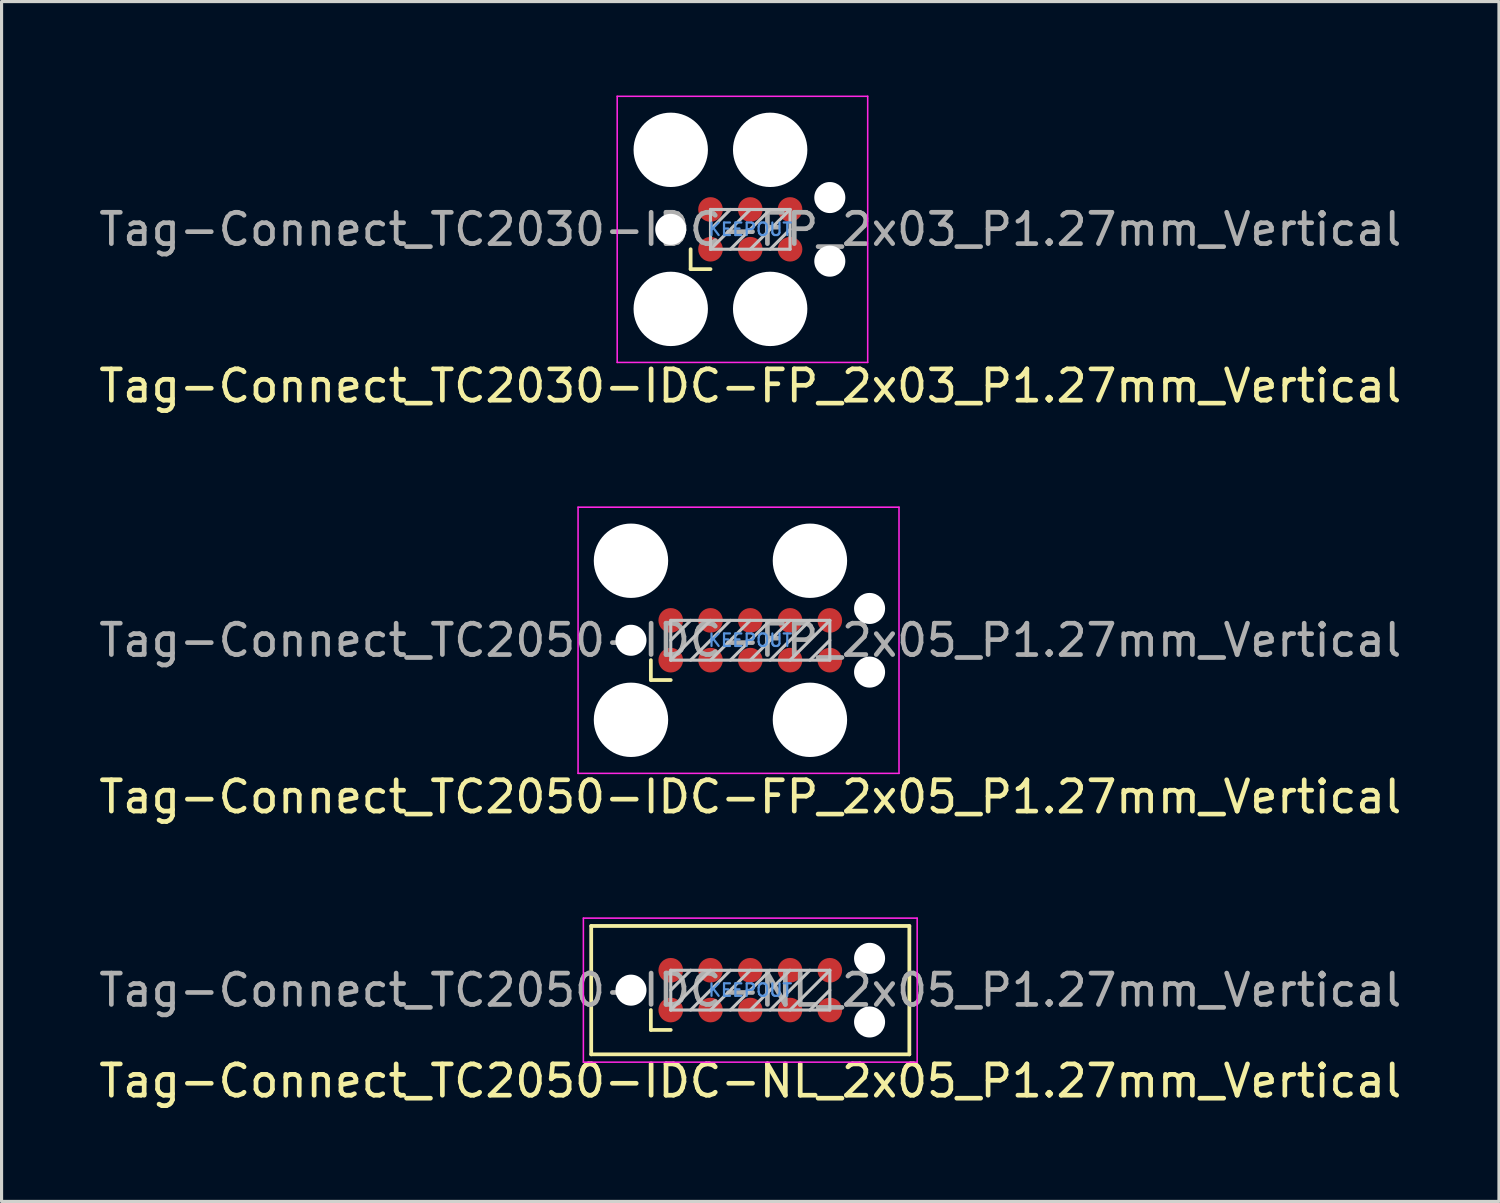
<source format=kicad_pcb>
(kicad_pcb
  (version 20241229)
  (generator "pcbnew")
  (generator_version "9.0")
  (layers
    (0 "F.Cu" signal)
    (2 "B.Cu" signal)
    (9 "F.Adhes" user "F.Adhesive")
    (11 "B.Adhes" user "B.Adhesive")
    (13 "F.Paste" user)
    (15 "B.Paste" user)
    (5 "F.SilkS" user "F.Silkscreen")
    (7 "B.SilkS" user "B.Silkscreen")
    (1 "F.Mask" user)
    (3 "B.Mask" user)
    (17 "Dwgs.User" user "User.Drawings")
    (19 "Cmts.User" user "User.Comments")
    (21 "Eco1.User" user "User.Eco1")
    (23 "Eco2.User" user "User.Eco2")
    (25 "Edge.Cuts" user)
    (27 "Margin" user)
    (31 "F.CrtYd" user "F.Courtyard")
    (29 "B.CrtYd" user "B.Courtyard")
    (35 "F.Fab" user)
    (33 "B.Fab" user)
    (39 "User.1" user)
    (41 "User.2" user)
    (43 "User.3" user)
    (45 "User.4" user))
  (footprint "Tag-Connect_TC2050-IDC-FP_2x05_P1.27mm_Vertical"
    (layer "F.Cu")
    (at 20.911 17.398)
    (property "Reference" "Tag-Connect_TC2050-IDC-FP_2x05_P1.27mm_Vertical" (at 0 5 0) (layer "F.SilkS") (effects (font (size 1 1) (thickness 0.15))))
    (attr exclude_from_pos_files exclude_from_bom)
    (fp_line (start -3.175 1.27) (end -3.175 0.635) (stroke (width 0.12) (type solid)) (layer "F.SilkS"))
    (fp_line (start -2.54 1.27) (end -3.175 1.27) (stroke (width 0.12) (type solid)) (layer "F.SilkS"))
    (fp_line (start -2.54 -0.635) (end 2.54 -0.635) (stroke (width 0.1) (type solid)) (layer "Dwgs.User"))
    (fp_line (start -2.54 0) (end -1.905 -0.635) (stroke (width 0.1) (type solid)) (layer "Dwgs.User"))
    (fp_line (start -2.54 0.635) (end -2.54 -0.635) (stroke (width 0.1) (type solid)) (layer "Dwgs.User"))
    (fp_line (start -2.54 0.635) (end -1.27 -0.635) (stroke (width 0.1) (type solid)) (layer "Dwgs.User"))
    (fp_line (start -1.905 0.635) (end -0.635 -0.635) (stroke (width 0.1) (type solid)) (layer "Dwgs.User"))
    (fp_line (start -1.27 0.635) (end 0 -0.635) (stroke (width 0.1) (type solid)) (layer "Dwgs.User"))
    (fp_line (start -0.635 0.635) (end 0.635 -0.635) (stroke (width 0.1) (type solid)) (layer "Dwgs.User"))
    (fp_line (start 0 0.635) (end 1.27 -0.635) (stroke (width 0.1) (type solid)) (layer "Dwgs.User"))
    (fp_line (start 0.635 0.635) (end 1.905 -0.635) (stroke (width 0.1) (type solid)) (layer "Dwgs.User"))
    (fp_line (start 1.27 0.635) (end 2.54 -0.635) (stroke (width 0.1) (type solid)) (layer "Dwgs.User"))
    (fp_line (start 1.905 0.635) (end 2.54 0) (stroke (width 0.1) (type solid)) (layer "Dwgs.User"))
    (fp_line (start 2.54 -0.635) (end 2.54 0.635) (stroke (width 0.1) (type solid)) (layer "Dwgs.User"))
    (fp_line (start 2.54 0.635) (end -2.54 0.635) (stroke (width 0.1) (type solid)) (layer "Dwgs.User"))
    (fp_line (start -5.5 -4.25) (end 4.75 -4.25) (stroke (width 0.05) (type solid)) (layer "F.CrtYd"))
    (fp_line (start -5.5 4.25) (end -5.5 -4.25) (stroke (width 0.05) (type solid)) (layer "F.CrtYd"))
    (fp_line (start 4.75 -4.25) (end 4.75 4.25) (stroke (width 0.05) (type solid)) (layer "F.CrtYd"))
    (fp_line (start 4.75 4.25) (end -5.5 4.25) (stroke (width 0.05) (type solid)) (layer "F.CrtYd"))
    (fp_text user "KEEPOUT" (at 0 0 0) (layer "Cmts.User") (effects (font (size 0.4 0.4) (thickness 0.07))))
    (fp_text user "${REFERENCE}" (at 0 0 0) (layer "F.Fab") (effects (font (size 1 1) (thickness 0.15))))
    (pad "" np_thru_hole circle (at -3.81 -2.54) (size 2.375 2.375) (drill 2.375) (layers "*.Cu" "*.Mask"))
    (pad "" np_thru_hole circle (at -3.81 0) (size 0.991 0.991) (drill 0.991) (layers "*.Cu" "*.Mask"))
    (pad "" np_thru_hole circle (at -3.81 2.54) (size 2.375 2.375) (drill 2.375) (layers "*.Cu" "*.Mask"))
    (pad "" np_thru_hole circle (at 1.905 -2.54) (size 2.375 2.375) (drill 2.375) (layers "*.Cu" "*.Mask"))
    (pad "" np_thru_hole circle (at 1.905 2.54) (size 2.375 2.375) (drill 2.375) (layers "*.Cu" "*.Mask"))
    (pad "" np_thru_hole circle (at 3.81 -1.016) (size 0.991 0.991) (drill 0.991) (layers "*.Cu" "*.Mask"))
    (pad "" np_thru_hole circle (at 3.81 1.016) (size 0.991 0.991) (drill 0.991) (layers "*.Cu" "*.Mask"))
    (pad "1" connect circle (at -2.54 0.635) (size 0.787 0.787) (layers "F.Cu" "F.Mask"))
    (pad "2" connect circle (at -1.27 0.635) (size 0.787 0.787) (layers "F.Cu" "F.Mask"))
    (pad "3" connect circle (at 0 0.635) (size 0.787 0.787) (layers "F.Cu" "F.Mask"))
    (pad "4" connect circle (at 1.27 0.635) (size 0.787 0.787) (layers "F.Cu" "F.Mask"))
    (pad "5" connect circle (at 2.54 0.635) (size 0.787 0.787) (layers "F.Cu" "F.Mask"))
    (pad "6" connect circle (at 2.54 -0.635) (size 0.787 0.787) (layers "F.Cu" "F.Mask"))
    (pad "7" connect circle (at 1.27 -0.635) (size 0.787 0.787) (layers "F.Cu" "F.Mask"))
    (pad "8" connect circle (at 0 -0.635) (size 0.787 0.787) (layers "F.Cu" "F.Mask"))
    (pad "9" connect circle (at -1.27 -0.635) (size 0.787 0.787) (layers "F.Cu" "F.Mask"))
    (pad "10" connect circle (at -2.54 -0.635) (size 0.787 0.787) (layers "F.Cu" "F.Mask")))
  (footprint "Tag-Connect_TC2030-IDC-FP_2x03_P1.27mm_Vertical"
    (layer "F.Cu")
    (at 20.911 4.275)
    (property "Reference" "Tag-Connect_TC2030-IDC-FP_2x03_P1.27mm_Vertical" (at 0 5 0) (layer "F.SilkS") (effects (font (size 1 1) (thickness 0.15))))
    (attr exclude_from_pos_files exclude_from_bom)
    (fp_line (start -1.905 1.27) (end -1.905 0.635) (stroke (width 0.12) (type solid)) (layer "F.SilkS"))
    (fp_line (start -1.27 1.27) (end -1.905 1.27) (stroke (width 0.12) (type solid)) (layer "F.SilkS"))
    (fp_line (start -1.27 -0.635) (end 1.27 -0.635) (stroke (width 0.1) (type solid)) (layer "Dwgs.User"))
    (fp_line (start -1.27 0) (end -0.635 -0.635) (stroke (width 0.1) (type solid)) (layer "Dwgs.User"))
    (fp_line (start -1.27 0.635) (end -1.27 -0.635) (stroke (width 0.1) (type solid)) (layer "Dwgs.User"))
    (fp_line (start -1.27 0.635) (end 0 -0.635) (stroke (width 0.1) (type solid)) (layer "Dwgs.User"))
    (fp_line (start -0.635 0.635) (end 0.635 -0.635) (stroke (width 0.1) (type solid)) (layer "Dwgs.User"))
    (fp_line (start 0 0.635) (end 1.27 -0.635) (stroke (width 0.1) (type solid)) (layer "Dwgs.User"))
    (fp_line (start 0.635 0.635) (end 1.27 0) (stroke (width 0.1) (type solid)) (layer "Dwgs.User"))
    (fp_line (start 1.27 -0.635) (end 1.27 0.635) (stroke (width 0.1) (type solid)) (layer "Dwgs.User"))
    (fp_line (start 1.27 0.635) (end -1.27 0.635) (stroke (width 0.1) (type solid)) (layer "Dwgs.User"))
    (fp_line (start -4.25 -4.25) (end 3.75 -4.25) (stroke (width 0.05) (type solid)) (layer "F.CrtYd"))
    (fp_line (start -4.25 4.25) (end -4.25 -4.25) (stroke (width 0.05) (type solid)) (layer "F.CrtYd"))
    (fp_line (start 3.75 -4.25) (end 3.75 4.25) (stroke (width 0.05) (type solid)) (layer "F.CrtYd"))
    (fp_line (start 3.75 4.25) (end -4.25 4.25) (stroke (width 0.05) (type solid)) (layer "F.CrtYd"))
    (fp_text user "KEEPOUT" (at 0 0 0) (layer "Cmts.User") (effects (font (size 0.4 0.4) (thickness 0.07))))
    (fp_text user "${REFERENCE}" (at 0 0 0) (layer "F.Fab") (effects (font (size 1 1) (thickness 0.15))))
    (pad "" np_thru_hole circle (at -2.54 -2.54) (size 2.375 2.375) (drill 2.375) (layers "*.Cu" "*.Mask"))
    (pad "" np_thru_hole circle (at -2.54 0) (size 0.991 0.991) (drill 0.991) (layers "*.Cu" "*.Mask"))
    (pad "" np_thru_hole circle (at -2.54 2.54) (size 2.375 2.375) (drill 2.375) (layers "*.Cu" "*.Mask"))
    (pad "" np_thru_hole circle (at 0.635 -2.54) (size 2.375 2.375) (drill 2.375) (layers "*.Cu" "*.Mask"))
    (pad "" np_thru_hole circle (at 0.635 2.54) (size 2.375 2.375) (drill 2.375) (layers "*.Cu" "*.Mask"))
    (pad "" np_thru_hole circle (at 2.54 -1.016) (size 0.991 0.991) (drill 0.991) (layers "*.Cu" "*.Mask"))
    (pad "" np_thru_hole circle (at 2.54 1.016) (size 0.991 0.991) (drill 0.991) (layers "*.Cu" "*.Mask"))
    (pad "1" connect circle (at -1.27 0.635) (size 0.787 0.787) (layers "F.Cu" "F.Mask"))
    (pad "2" connect circle (at -1.27 -0.635) (size 0.787 0.787) (layers "F.Cu" "F.Mask"))
    (pad "3" connect circle (at 0 0.635) (size 0.787 0.787) (layers "F.Cu" "F.Mask"))
    (pad "4" connect circle (at 0 -0.635) (size 0.787 0.787) (layers "F.Cu" "F.Mask"))
    (pad "5" connect circle (at 1.27 0.635) (size 0.787 0.787) (layers "F.Cu" "F.Mask"))
    (pad "6" connect circle (at 1.27 -0.635) (size 0.787 0.787) (layers "F.Cu" "F.Mask")))
  (footprint "Tag-Connect_TC2050-IDC-NL_2x05_P1.27mm_Vertical"
    (layer "F.Cu")
    (at 20.911 28.572)
    (property "Reference" "Tag-Connect_TC2050-IDC-NL_2x05_P1.27mm_Vertical" (at 0 2.9 0) (layer "F.SilkS") (effects (font (size 1 1) (thickness 0.15))))
    (attr exclude_from_pos_files exclude_from_bom)
    (fp_line (start -5.08 -2.05) (end 5.08 -2.05) (stroke (width 0.12) (type solid)) (layer "F.SilkS"))
    (fp_line (start -5.08 2.05) (end -5.08 -2.05) (stroke (width 0.12) (type solid)) (layer "F.SilkS"))
    (fp_line (start -3.175 1.27) (end -3.175 0.635) (stroke (width 0.12) (type solid)) (layer "F.SilkS"))
    (fp_line (start -2.54 1.27) (end -3.175 1.27) (stroke (width 0.12) (type solid)) (layer "F.SilkS"))
    (fp_line (start 5.08 -2.05) (end 5.08 2.05) (stroke (width 0.12) (type solid)) (layer "F.SilkS"))
    (fp_line (start 5.08 2.05) (end -5.08 2.05) (stroke (width 0.12) (type solid)) (layer "F.SilkS"))
    (fp_line (start -2.54 -0.635) (end 2.54 -0.635) (stroke (width 0.1) (type solid)) (layer "Dwgs.User"))
    (fp_line (start -2.54 0) (end -1.905 -0.635) (stroke (width 0.1) (type solid)) (layer "Dwgs.User"))
    (fp_line (start -2.54 0.635) (end -2.54 -0.635) (stroke (width 0.1) (type solid)) (layer "Dwgs.User"))
    (fp_line (start -2.54 0.635) (end -1.27 -0.635) (stroke (width 0.1) (type solid)) (layer "Dwgs.User"))
    (fp_line (start -1.905 0.635) (end -0.635 -0.635) (stroke (width 0.1) (type solid)) (layer "Dwgs.User"))
    (fp_line (start -1.27 0.635) (end 0 -0.635) (stroke (width 0.1) (type solid)) (layer "Dwgs.User"))
    (fp_line (start -0.635 0.635) (end 0.635 -0.635) (stroke (width 0.1) (type solid)) (layer "Dwgs.User"))
    (fp_line (start 0 0.635) (end 1.27 -0.635) (stroke (width 0.1) (type solid)) (layer "Dwgs.User"))
    (fp_line (start 0.635 0.635) (end 1.905 -0.635) (stroke (width 0.1) (type solid)) (layer "Dwgs.User"))
    (fp_line (start 1.27 0.635) (end 2.54 -0.635) (stroke (width 0.1) (type solid)) (layer "Dwgs.User"))
    (fp_line (start 1.905 0.635) (end 2.54 0) (stroke (width 0.1) (type solid)) (layer "Dwgs.User"))
    (fp_line (start 2.54 -0.635) (end 2.54 0.635) (stroke (width 0.1) (type solid)) (layer "Dwgs.User"))
    (fp_line (start 2.54 0.635) (end -2.54 0.635) (stroke (width 0.1) (type solid)) (layer "Dwgs.User"))
    (fp_line (start -5.33 -2.3) (end 5.33 -2.3) (stroke (width 0.05) (type solid)) (layer "F.CrtYd"))
    (fp_line (start -5.33 2.3) (end -5.33 -2.3) (stroke (width 0.05) (type solid)) (layer "F.CrtYd"))
    (fp_line (start 5.33 -2.3) (end 5.33 2.3) (stroke (width 0.05) (type solid)) (layer "F.CrtYd"))
    (fp_line (start 5.33 2.3) (end -5.33 2.3) (stroke (width 0.05) (type solid)) (layer "F.CrtYd"))
    (fp_text user "KEEPOUT" (at 0 0 0) (layer "Cmts.User") (effects (font (size 0.4 0.4) (thickness 0.07))))
    (fp_text user "${REFERENCE}" (at 0 0 0) (layer "F.Fab") (effects (font (size 1 1) (thickness 0.15))))
    (pad "" np_thru_hole circle (at -3.81 0) (size 0.991 0.991) (drill 0.991) (layers "*.Cu" "*.Mask"))
    (pad "" np_thru_hole circle (at 3.81 -1.016) (size 0.991 0.991) (drill 0.991) (layers "*.Cu" "*.Mask"))
    (pad "" np_thru_hole circle (at 3.81 1.016) (size 0.991 0.991) (drill 0.991) (layers "*.Cu" "*.Mask"))
    (pad "1" connect circle (at -2.54 0.635) (size 0.787 0.787) (layers "F.Cu" "F.Mask"))
    (pad "2" connect circle (at -1.27 0.635) (size 0.787 0.787) (layers "F.Cu" "F.Mask"))
    (pad "3" connect circle (at 0 0.635) (size 0.787 0.787) (layers "F.Cu" "F.Mask"))
    (pad "4" connect circle (at 1.27 0.635) (size 0.787 0.787) (layers "F.Cu" "F.Mask"))
    (pad "5" connect circle (at 2.54 0.635) (size 0.787 0.787) (layers "F.Cu" "F.Mask"))
    (pad "6" connect circle (at 2.54 -0.635) (size 0.787 0.787) (layers "F.Cu" "F.Mask"))
    (pad "7" connect circle (at 1.27 -0.635) (size 0.787 0.787) (layers "F.Cu" "F.Mask"))
    (pad "8" connect circle (at 0 -0.635) (size 0.787 0.787) (layers "F.Cu" "F.Mask"))
    (pad "9" connect circle (at -1.27 -0.635) (size 0.787 0.787) (layers "F.Cu" "F.Mask"))
    (pad "10" connect circle (at -2.54 -0.635) (size 0.787 0.787) (layers "F.Cu" "F.Mask")))
  (gr_rect
    (start -3 -3)
    (end 44.821 35.32)
    (stroke (width 0.1) (type default))
    (fill no)
    (layer "Edge.Cuts")))
</source>
